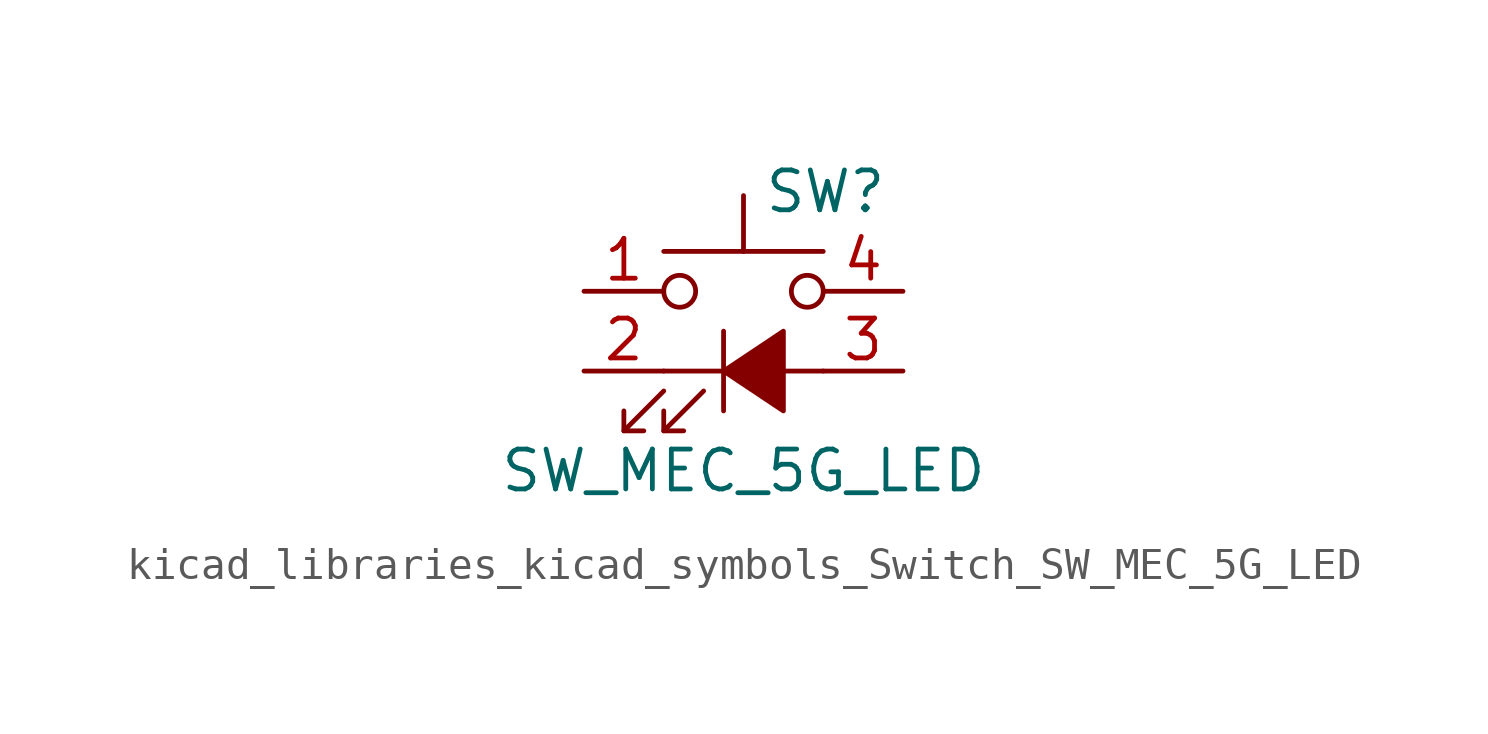
<source format=kicad_sym>
(kicad_symbol_lib
  (version 20220914)
  (generator kicad_symbol_editor)
  (symbol "kicad_libraries_kicad_symbols_Switch_SW_MEC_5G_LED"
    (pin_names
      (offset 1.016) hide)
    (property "Reference" "SW"
      (at 0.635 5.715 0)
      (effects (font (size 1.27 1.27)) (justify left)))
    (property "Value" "SW_MEC_5G_LED"
      (at 0 -3.175 0)
      (effects (font (size 1.27 1.27))))
    (symbol "kicad_libraries_kicad_symbols_Switch_SW_MEC_5G_LED_0_0"
      (polyline (pts (xy -3.81 -1.905) (xy -2.54 -0.635)) (stroke (width 0) (type default)) (fill (type none)))
      (polyline (pts (xy -2.54 -1.905) (xy -1.27 -0.635)) (stroke (width 0) (type default)) (fill (type none)))
      (polyline (pts (xy -2.54 0) (xy 2.54 0)) (stroke (width 0) (type default)) (fill (type none)))
      (polyline (pts (xy -0.635 1.27) (xy -0.635 -1.27)) (stroke (width 0) (type default)) (fill (type none)))
      (polyline (pts (xy -3.81 -1.27) (xy -3.81 -1.905) (xy -3.175 -1.905)) (stroke (width 0) (type default)) (fill (type none)))
      (polyline (pts (xy -2.54 -1.27) (xy -2.54 -1.905) (xy -1.905 -1.905)) (stroke (width 0) (type default)) (fill (type none)))
      (polyline (pts (xy -0.635 0) (xy 1.27 1.27) (xy 1.27 -1.27) (xy -0.635 0)) (stroke (width 0) (type default)) (fill (type outline))))
    (symbol "kicad_libraries_kicad_symbols_Switch_SW_MEC_5G_LED_0_1"
      (circle (center -2.032 2.54) (radius 0.508) (stroke (width 0) (type default)) (fill (type none)))
      (polyline (pts (xy 0 3.81) (xy 0 5.588)) (stroke (width 0) (type default)) (fill (type none)))
      (polyline (pts (xy 2.54 3.81) (xy -2.54 3.81)) (stroke (width 0) (type default)) (fill (type none)))
      (circle (center 2.032 2.54) (radius 0.508) (stroke (width 0) (type default)) (fill (type none)))
      (pin passive line (at -5.08 2.54 0) (length 2.54) (name "1" (effects (font (size 1.27 1.27)))) (number "1" (effects (font (size 1.27 1.27)))))
      (pin passive line (at -5.08 0 0) (length 2.54) (name "2" (effects (font (size 1.27 1.27)))) (number "2" (effects (font (size 1.27 1.27)))))
      (pin passive line (at 5.08 0 180) (length 2.54) (name "K" (effects (font (size 1.27 1.27)))) (number "3" (effects (font (size 1.27 1.27)))))
      (pin passive line (at 5.08 2.54 180) (length 2.54) (name "A" (effects (font (size 1.27 1.27)))) (number "4" (effects (font (size 1.27 1.27))))))))
</source>
